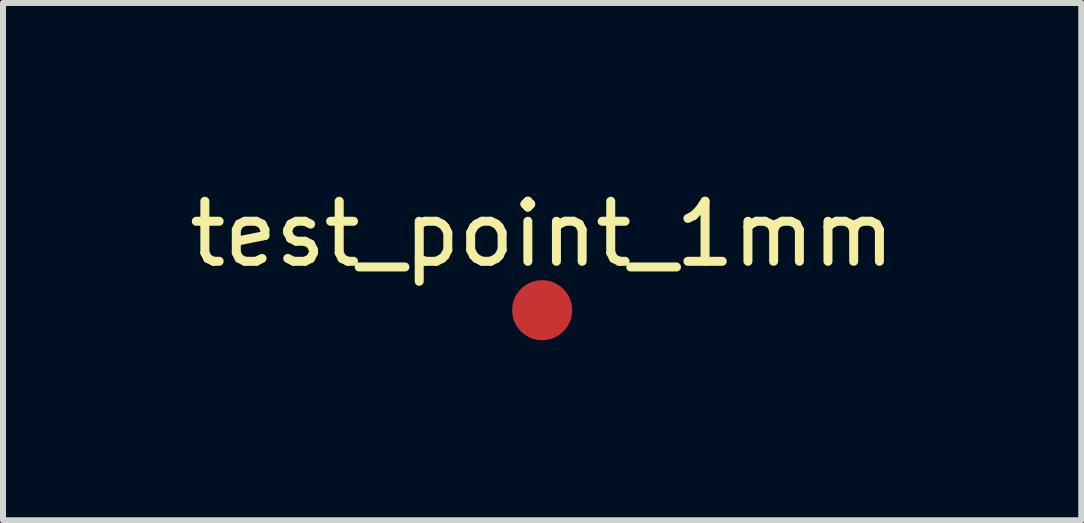
<source format=kicad_pcb>
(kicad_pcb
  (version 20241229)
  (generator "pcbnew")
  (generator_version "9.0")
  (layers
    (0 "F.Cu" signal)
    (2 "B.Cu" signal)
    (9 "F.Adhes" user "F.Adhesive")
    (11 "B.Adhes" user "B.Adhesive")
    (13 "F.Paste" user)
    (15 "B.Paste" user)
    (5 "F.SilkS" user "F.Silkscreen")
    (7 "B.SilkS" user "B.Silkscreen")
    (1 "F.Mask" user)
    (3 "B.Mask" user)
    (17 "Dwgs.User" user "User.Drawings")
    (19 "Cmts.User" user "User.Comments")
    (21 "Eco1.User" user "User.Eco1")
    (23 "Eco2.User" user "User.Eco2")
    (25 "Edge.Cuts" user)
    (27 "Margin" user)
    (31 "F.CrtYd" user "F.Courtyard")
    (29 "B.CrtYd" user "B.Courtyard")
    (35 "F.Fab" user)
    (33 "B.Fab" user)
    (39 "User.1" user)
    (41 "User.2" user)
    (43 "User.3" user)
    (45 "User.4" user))
  (footprint "test_point_1mm"
    (layer "F.Cu")
    (at 5.982 2.118)
    (property "Reference" "test_point_1mm" (at 0 -1.27 0) (layer "F.SilkS") (effects (font (size 1 1) (thickness 0.15))))
    (attr smd)
    (pad "TP" smd circle (at 0 0) (size 1 1) (layers "F.Cu" "F.Mask")))
  (gr_rect
    (start -3 -3)
    (end 14.964 5.618)
    (stroke (width 0.1) (type default))
    (fill no)
    (layer "Edge.Cuts")))
</source>
